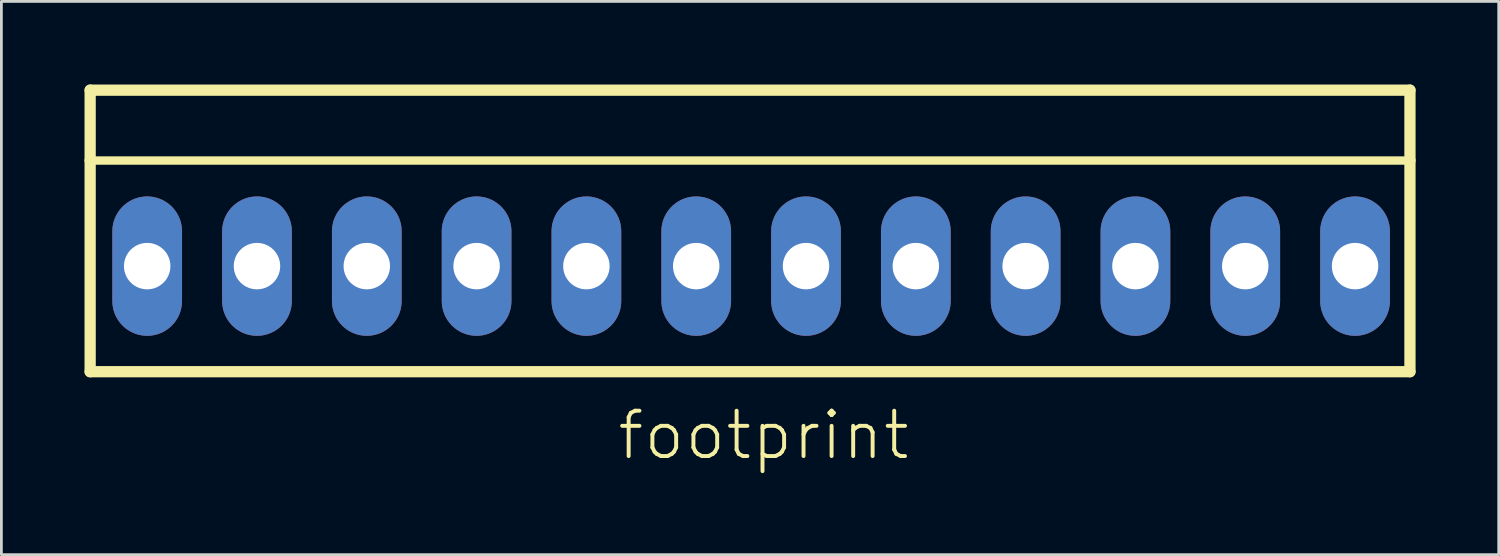
<source format=kicad_pcb>
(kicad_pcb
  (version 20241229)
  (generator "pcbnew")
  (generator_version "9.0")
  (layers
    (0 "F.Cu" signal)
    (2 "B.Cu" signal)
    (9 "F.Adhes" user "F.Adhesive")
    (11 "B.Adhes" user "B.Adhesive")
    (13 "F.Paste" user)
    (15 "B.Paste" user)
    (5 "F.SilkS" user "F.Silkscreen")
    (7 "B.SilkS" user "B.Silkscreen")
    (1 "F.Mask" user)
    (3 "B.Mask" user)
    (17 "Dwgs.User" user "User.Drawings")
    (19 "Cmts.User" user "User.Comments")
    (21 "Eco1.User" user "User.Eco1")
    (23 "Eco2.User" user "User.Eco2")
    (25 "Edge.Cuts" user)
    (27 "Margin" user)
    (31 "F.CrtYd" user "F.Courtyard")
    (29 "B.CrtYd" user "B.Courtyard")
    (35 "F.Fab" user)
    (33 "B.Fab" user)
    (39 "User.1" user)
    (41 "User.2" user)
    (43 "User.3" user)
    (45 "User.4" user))
  (footprint "footprint"
    (layer "F.Cu")
    (at 24.054 6.553)
    (property "Reference" "footprint" (at -4.902 7.061 0) (layer "F.SilkS") (effects (font (size 1.636 1.636) (thickness 0.142)) (justify left bottom)))
    (fp_line (start -23.851 -6.35) (end 23.774 -6.35) (stroke (width 0.406) (type solid)) (layer "F.SilkS"))
    (fp_line (start -23.851 -3.81) (end -23.851 -6.35) (stroke (width 0.406) (type solid)) (layer "F.SilkS"))
    (fp_line (start -23.851 -3.81) (end 23.774 -3.81) (stroke (width 0.305) (type solid)) (layer "F.SilkS"))
    (fp_line (start -23.851 3.81) (end -23.851 -3.81) (stroke (width 0.406) (type solid)) (layer "F.SilkS"))
    (fp_line (start -23.851 3.81) (end 23.774 3.81) (stroke (width 0.406) (type solid)) (layer "F.SilkS"))
    (fp_line (start 23.774 -6.35) (end 23.774 -3.81) (stroke (width 0.406) (type solid)) (layer "F.SilkS"))
    (fp_line (start 23.774 -3.81) (end 23.774 3.81) (stroke (width 0.406) (type solid)) (layer "F.SilkS"))
    (fp_poly (pts (xy -22.301 0.508) (xy -21.285 0.508) (xy -21.285 -0.508) (xy -22.301 -0.508)) (stroke (width 0) (type solid)) (fill yes) (layer "F.SilkS"))
    (fp_poly (pts (xy -18.339 0.508) (xy -17.323 0.508) (xy -17.323 -0.508) (xy -18.339 -0.508)) (stroke (width 0) (type solid)) (fill yes) (layer "F.SilkS"))
    (fp_poly (pts (xy -14.376 0.508) (xy -13.36 0.508) (xy -13.36 -0.508) (xy -14.376 -0.508)) (stroke (width 0) (type solid)) (fill yes) (layer "F.SilkS"))
    (fp_poly (pts (xy -10.414 0.508) (xy -9.398 0.508) (xy -9.398 -0.508) (xy -10.414 -0.508)) (stroke (width 0) (type solid)) (fill yes) (layer "F.SilkS"))
    (fp_poly (pts (xy -6.452 0.508) (xy -5.436 0.508) (xy -5.436 -0.508) (xy -6.452 -0.508)) (stroke (width 0) (type solid)) (fill yes) (layer "F.SilkS"))
    (fp_poly (pts (xy -2.489 0.508) (xy -1.473 0.508) (xy -1.473 -0.508) (xy -2.489 -0.508)) (stroke (width 0) (type solid)) (fill yes) (layer "F.SilkS"))
    (fp_poly (pts (xy 1.473 0.508) (xy 2.489 0.508) (xy 2.489 -0.508) (xy 1.473 -0.508)) (stroke (width 0) (type solid)) (fill yes) (layer "F.SilkS"))
    (fp_poly (pts (xy 5.436 0.508) (xy 6.452 0.508) (xy 6.452 -0.508) (xy 5.436 -0.508)) (stroke (width 0) (type solid)) (fill yes) (layer "F.SilkS"))
    (fp_poly (pts (xy 9.398 0.508) (xy 10.414 0.508) (xy 10.414 -0.508) (xy 9.398 -0.508)) (stroke (width 0) (type solid)) (fill yes) (layer "F.SilkS"))
    (fp_poly (pts (xy 13.36 0.508) (xy 14.376 0.508) (xy 14.376 -0.508) (xy 13.36 -0.508)) (stroke (width 0) (type solid)) (fill yes) (layer "F.SilkS"))
    (fp_poly (pts (xy 17.323 0.508) (xy 18.339 0.508) (xy 18.339 -0.508) (xy 17.323 -0.508)) (stroke (width 0) (type solid)) (fill yes) (layer "F.SilkS"))
    (fp_poly (pts (xy 21.285 0.508) (xy 22.301 0.508) (xy 22.301 -0.508) (xy 21.285 -0.508)) (stroke (width 0) (type solid)) (fill yes) (layer "F.SilkS"))
    (pad "1" thru_hole oval (at 21.793 0 90) (size 5.029 2.515) (drill 1.676) (layers "*.Cu" "*.Mask"))
    (pad "2" thru_hole oval (at 17.831 0 90) (size 5.029 2.515) (drill 1.676) (layers "*.Cu" "*.Mask"))
    (pad "3" thru_hole oval (at 13.868 0 90) (size 5.029 2.515) (drill 1.676) (layers "*.Cu" "*.Mask"))
    (pad "4" thru_hole oval (at 9.906 0 90) (size 5.029 2.515) (drill 1.676) (layers "*.Cu" "*.Mask"))
    (pad "5" thru_hole oval (at 5.944 0 90) (size 5.029 2.515) (drill 1.676) (layers "*.Cu" "*.Mask"))
    (pad "6" thru_hole oval (at 1.981 0 90) (size 5.029 2.515) (drill 1.676) (layers "*.Cu" "*.Mask"))
    (pad "7" thru_hole oval (at -1.981 0 90) (size 5.029 2.515) (drill 1.676) (layers "*.Cu" "*.Mask"))
    (pad "8" thru_hole oval (at -5.944 0 90) (size 5.029 2.515) (drill 1.676) (layers "*.Cu" "*.Mask"))
    (pad "9" thru_hole oval (at -9.906 0 90) (size 5.029 2.515) (drill 1.676) (layers "*.Cu" "*.Mask"))
    (pad "10" thru_hole oval (at -13.868 0 90) (size 5.029 2.515) (drill 1.676) (layers "*.Cu" "*.Mask"))
    (pad "11" thru_hole oval (at -17.831 0 90) (size 5.029 2.515) (drill 1.676) (layers "*.Cu" "*.Mask"))
    (pad "12" thru_hole oval (at -21.793 0 90) (size 5.029 2.515) (drill 1.676) (layers "*.Cu" "*.Mask")))
  (gr_rect
    (start -3 -3)
    (end 51.031 16.965)
    (stroke (width 0.1) (type default))
    (fill no)
    (layer "Edge.Cuts")))
</source>
